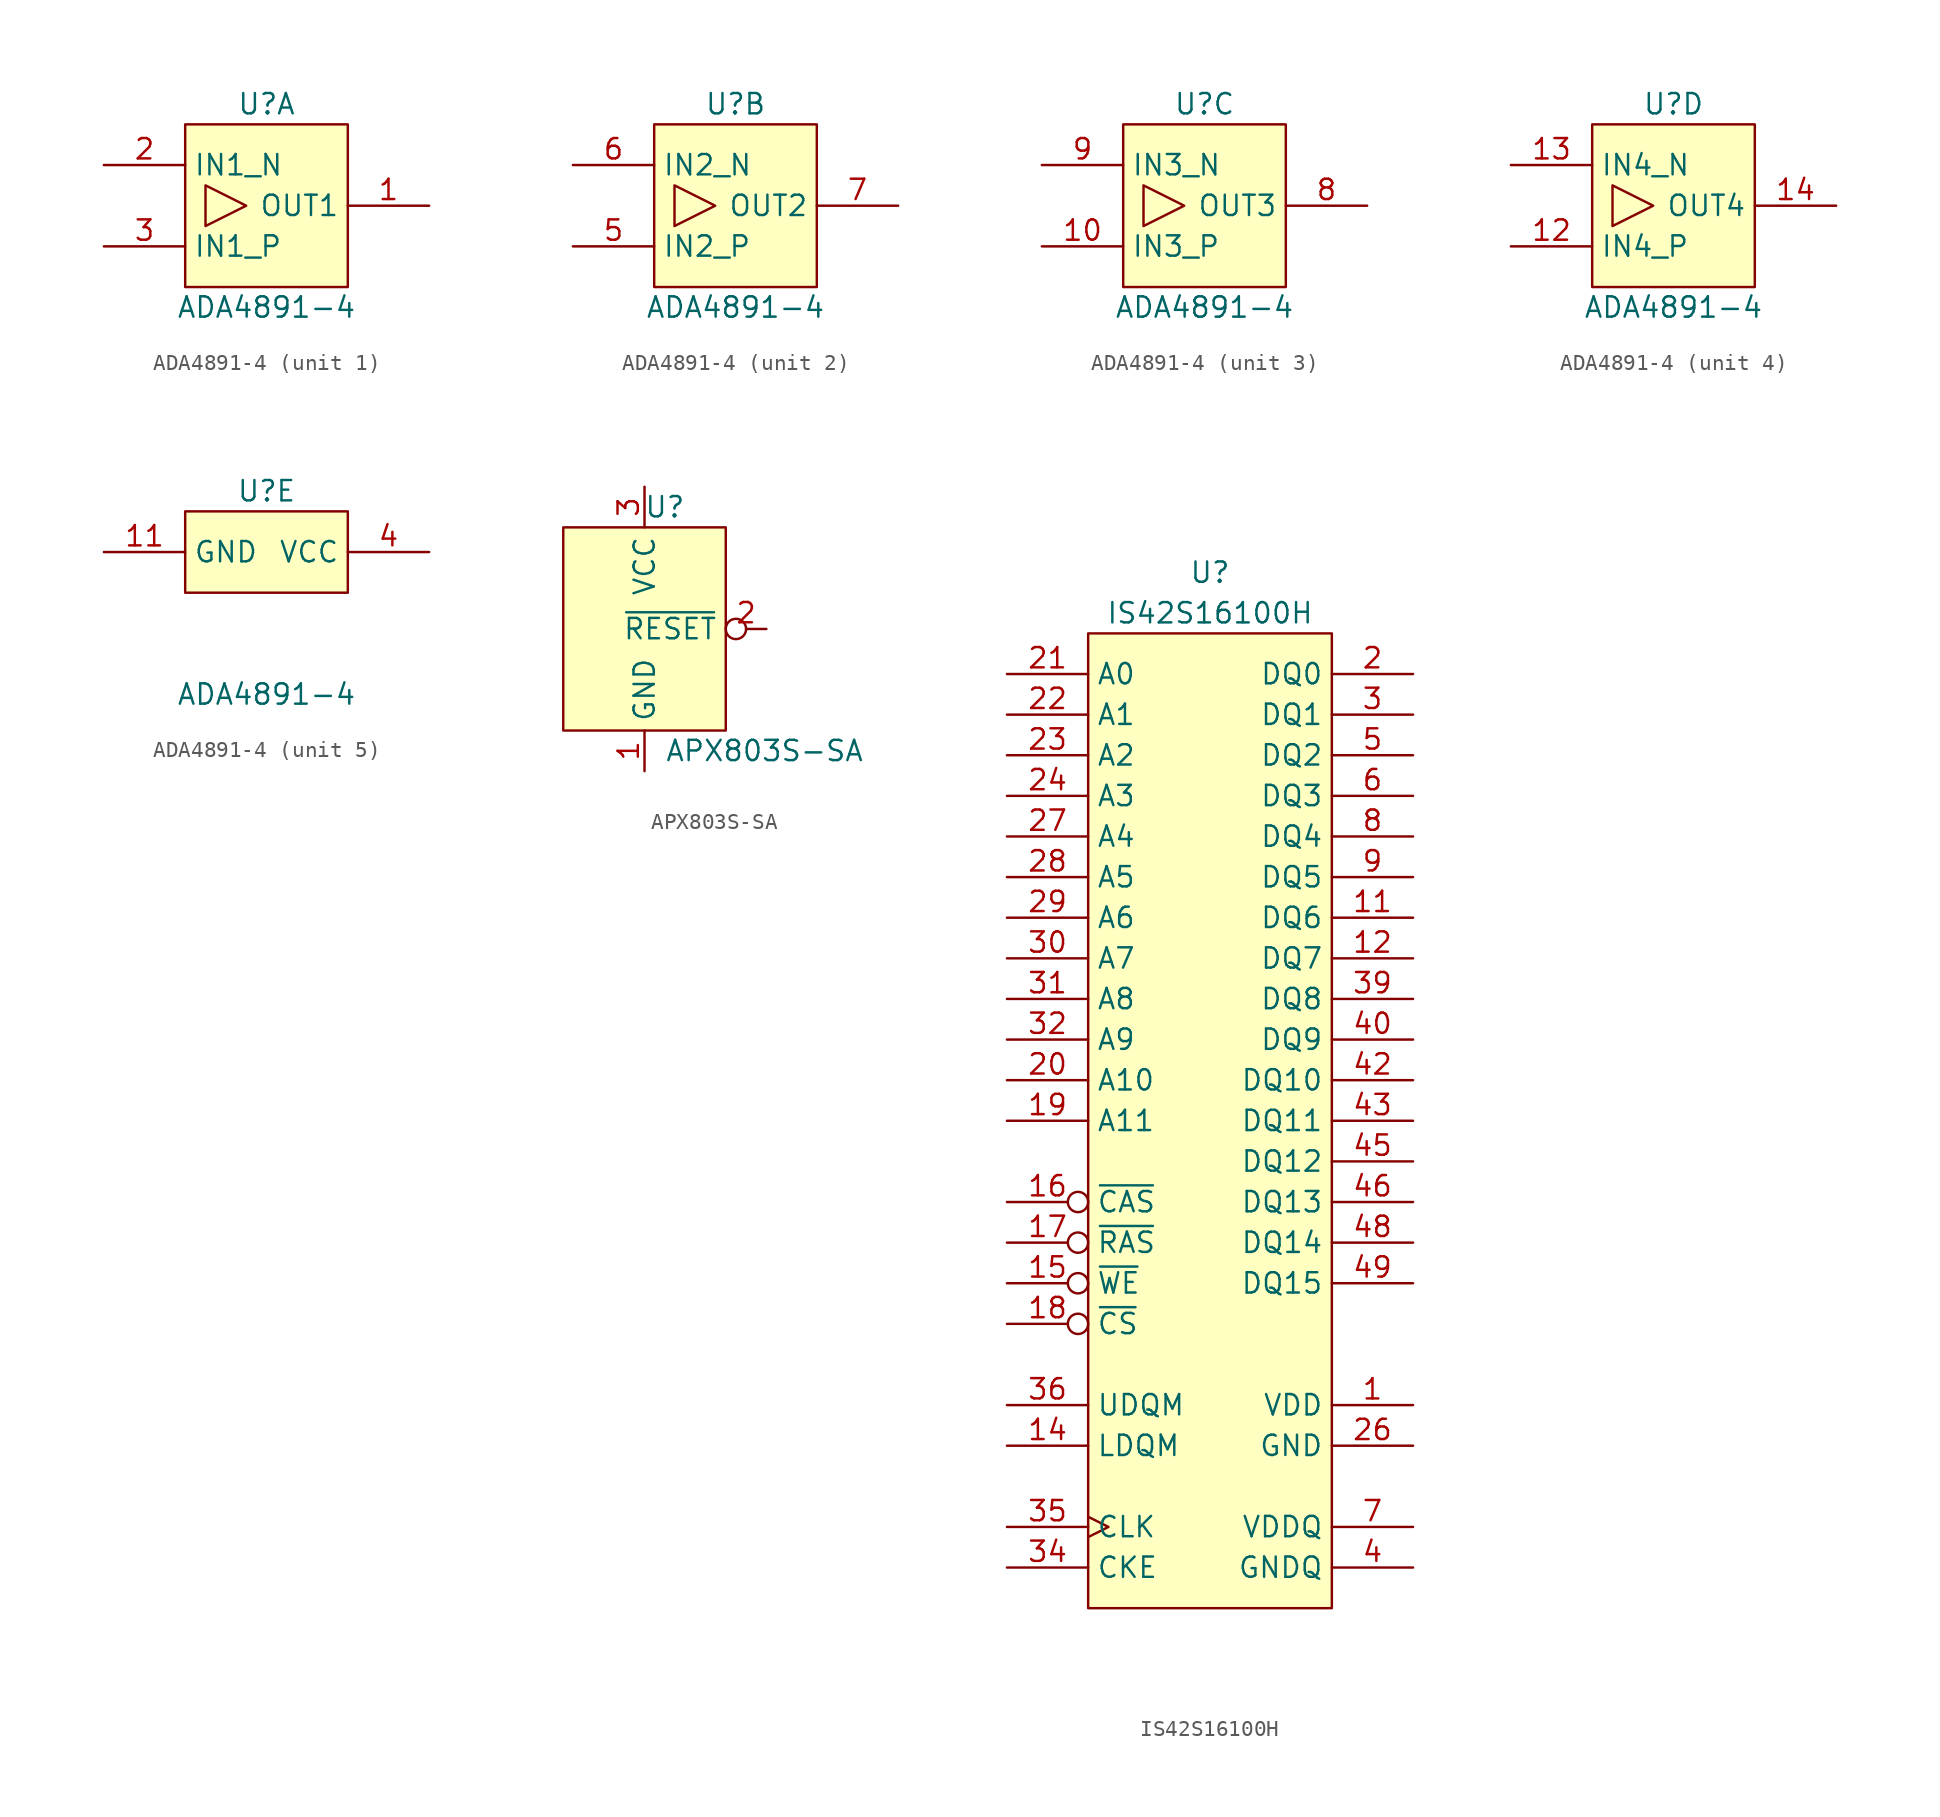
<source format=kicad_sym>
(kicad_symbol_lib
  (version 20220914)
  (generator kicad_symbol_editor)
  (symbol "ADA4891-4"
    (property "Reference" "U"
      (at 0 1.27 0)
      (effects (font (size 1.27 1.27))))
    (property "Value" "ADA4891-4"
      (at 0 -11.43 0)
      (effects (font (size 1.27 1.27))))
    (property "ki_locked" ""
      (at 0 0 0)
      (effects (font (size 1.27 1.27))))
    (symbol "ADA4891-4_1_1"
      (rectangle (start -5.08 0) (end 5.08 -10.16) (stroke (width 0) (type default)) (fill (type background)))
      (polyline (pts (xy -3.81 -3.81) (xy -3.81 -6.35) (xy -1.27 -5.08) (xy -3.81 -3.81)) (stroke (width 0) (type default)) (fill (type none)))
      (pin output line (at 10.16 -5.08 180) (length 5.08) (name "OUT1" (effects (font (size 1.27 1.27)))) (number "1" (effects (font (size 1.27 1.27)))))
      (pin input line (at -10.16 -2.54 0) (length 5.08) (name "IN1_N" (effects (font (size 1.27 1.27)))) (number "2" (effects (font (size 1.27 1.27)))))
      (pin input line (at -10.16 -7.62 0) (length 5.08) (name "IN1_P" (effects (font (size 1.27 1.27)))) (number "3" (effects (font (size 1.27 1.27))))))
    (symbol "ADA4891-4_2_1"
      (rectangle (start -5.08 0) (end 5.08 -10.16) (stroke (width 0) (type default)) (fill (type background)))
      (polyline (pts (xy -3.81 -3.81) (xy -3.81 -6.35) (xy -1.27 -5.08) (xy -3.81 -3.81)) (stroke (width 0) (type default)) (fill (type none)))
      (pin input line (at -10.16 -7.62 0) (length 5.08) (name "IN2_P" (effects (font (size 1.27 1.27)))) (number "5" (effects (font (size 1.27 1.27)))))
      (pin input line (at -10.16 -2.54 0) (length 5.08) (name "IN2_N" (effects (font (size 1.27 1.27)))) (number "6" (effects (font (size 1.27 1.27)))))
      (pin output line (at 10.16 -5.08 180) (length 5.08) (name "OUT2" (effects (font (size 1.27 1.27)))) (number "7" (effects (font (size 1.27 1.27))))))
    (symbol "ADA4891-4_3_1"
      (rectangle (start -5.08 0) (end 5.08 -10.16) (stroke (width 0) (type default)) (fill (type background)))
      (polyline (pts (xy -3.81 -3.81) (xy -3.81 -6.35) (xy -1.27 -5.08) (xy -3.81 -3.81)) (stroke (width 0) (type default)) (fill (type none)))
      (pin input line (at -10.16 -7.62 0) (length 5.08) (name "IN3_P" (effects (font (size 1.27 1.27)))) (number "10" (effects (font (size 1.27 1.27)))))
      (pin output line (at 10.16 -5.08 180) (length 5.08) (name "OUT3" (effects (font (size 1.27 1.27)))) (number "8" (effects (font (size 1.27 1.27)))))
      (pin input line (at -10.16 -2.54 0) (length 5.08) (name "IN3_N" (effects (font (size 1.27 1.27)))) (number "9" (effects (font (size 1.27 1.27))))))
    (symbol "ADA4891-4_4_1"
      (rectangle (start -5.08 0) (end 5.08 -10.16) (stroke (width 0) (type default)) (fill (type background)))
      (polyline (pts (xy -3.81 -3.81) (xy -3.81 -6.35) (xy -1.27 -5.08) (xy -3.81 -3.81)) (stroke (width 0) (type default)) (fill (type none)))
      (pin input line (at -10.16 -7.62 0) (length 5.08) (name "IN4_P" (effects (font (size 1.27 1.27)))) (number "12" (effects (font (size 1.27 1.27)))))
      (pin input line (at -10.16 -2.54 0) (length 5.08) (name "IN4_N" (effects (font (size 1.27 1.27)))) (number "13" (effects (font (size 1.27 1.27)))))
      (pin output line (at 10.16 -5.08 180) (length 5.08) (name "OUT4" (effects (font (size 1.27 1.27)))) (number "14" (effects (font (size 1.27 1.27))))))
    (symbol "ADA4891-4_5_1"
      (rectangle (start -5.08 0) (end 5.08 -5.08) (stroke (width 0) (type default)) (fill (type background)))
      (pin power_in line (at -10.16 -2.54 0) (length 5.08) (name "GND" (effects (font (size 1.27 1.27)))) (number "11" (effects (font (size 1.27 1.27)))))
      (pin power_in line (at 10.16 -2.54 180) (length 5.08) (name "VCC" (effects (font (size 1.27 1.27)))) (number "4" (effects (font (size 1.27 1.27)))))))
  (symbol "APX803S-SA"
    (property "Reference" "U"
      (at 1.27 7.62 0)
      (do_not_autoplace)
      (effects (font (size 1.27 1.27))))
    (property "Value" "APX803S-SA"
      (at 1.27 -7.62 0)
      (do_not_autoplace)
      (effects (font (size 1.27 1.27)) (justify left)))
    (symbol "APX803S-SA_1_1"
      (rectangle (start -5.08 6.35) (end 5.08 -6.35) (stroke (width 0) (type default)) (fill (type background)))
      (pin power_in line (at 0 -8.89 90) (length 2.54) (name "GND" (effects (font (size 1.27 1.27)))) (number "1" (effects (font (size 1.27 1.27)))))
      (pin open_collector inverted (at 7.62 0 180) (length 2.54) (name "~{RESET}" (effects (font (size 1.27 1.27)))) (number "2" (effects (font (size 1.27 1.27)))))
      (pin power_in line (at 0 8.89 270) (length 2.54) (name "VCC" (effects (font (size 1.27 1.27)))) (number "3" (effects (font (size 1.27 1.27)))))))
  (symbol "IS42S16100H"
    (property "Reference" "U"
      (at 0 3.81 0)
      (effects (font (size 1.27 1.27))))
    (property "Value" "IS42S16100H"
      (at 0 1.27 0)
      (effects (font (size 1.27 1.27))))
    (symbol "IS42S16100H_0_0"
      (pin power_in line (at 12.7 -48.26 180) (length 5.08) (name "VDD" (effects (font (size 1.27 1.27)))) (number "1" (effects (font (size 1.27 1.27)))))
      (pin bidirectional line (at 12.7 -17.78 180) (length 5.08) (name "DQ6" (effects (font (size 1.27 1.27)))) (number "11" (effects (font (size 1.27 1.27)))))
      (pin bidirectional line (at 12.7 -20.32 180) (length 5.08) (name "DQ7" (effects (font (size 1.27 1.27)))) (number "12" (effects (font (size 1.27 1.27)))))
      (pin input line (at -12.7 -50.8 0) (length 5.08) (name "LDQM" (effects (font (size 1.27 1.27)))) (number "14" (effects (font (size 1.27 1.27)))))
      (pin input inverted (at -12.7 -40.64 0) (length 5.08) (name "~{WE}" (effects (font (size 1.27 1.27)))) (number "15" (effects (font (size 1.27 1.27)))))
      (pin input inverted (at -12.7 -35.56 0) (length 5.08) (name "~{CAS}" (effects (font (size 1.27 1.27)))) (number "16" (effects (font (size 1.27 1.27)))))
      (pin input inverted (at -12.7 -38.1 0) (length 5.08) (name "~{RAS}" (effects (font (size 1.27 1.27)))) (number "17" (effects (font (size 1.27 1.27)))))
      (pin input inverted (at -12.7 -43.18 0) (length 5.08) (name "~{CS}" (effects (font (size 1.27 1.27)))) (number "18" (effects (font (size 1.27 1.27)))))
      (pin input line (at -12.7 -30.48 0) (length 5.08) (name "A11" (effects (font (size 1.27 1.27)))) (number "19" (effects (font (size 1.27 1.27)))))
      (pin bidirectional line (at 12.7 -2.54 180) (length 5.08) (name "DQ0" (effects (font (size 1.27 1.27)))) (number "2" (effects (font (size 1.27 1.27)))))
      (pin input line (at -12.7 -27.94 0) (length 5.08) (name "A10" (effects (font (size 1.27 1.27)))) (number "20" (effects (font (size 1.27 1.27)))))
      (pin input line (at -12.7 -2.54 0) (length 5.08) (name "A0" (effects (font (size 1.27 1.27)))) (number "21" (effects (font (size 1.27 1.27)))))
      (pin input line (at -12.7 -5.08 0) (length 5.08) (name "A1" (effects (font (size 1.27 1.27)))) (number "22" (effects (font (size 1.27 1.27)))))
      (pin input line (at -12.7 -7.62 0) (length 5.08) (name "A2" (effects (font (size 1.27 1.27)))) (number "23" (effects (font (size 1.27 1.27)))))
      (pin input line (at -12.7 -10.16 0) (length 5.08) (name "A3" (effects (font (size 1.27 1.27)))) (number "24" (effects (font (size 1.27 1.27)))))
      (pin power_in line (at 12.7 -50.8 180) (length 5.08) (name "GND" (effects (font (size 1.27 1.27)))) (number "26" (effects (font (size 1.27 1.27)))))
      (pin input line (at -12.7 -12.7 0) (length 5.08) (name "A4" (effects (font (size 1.27 1.27)))) (number "27" (effects (font (size 1.27 1.27)))))
      (pin input line (at -12.7 -15.24 0) (length 5.08) (name "A5" (effects (font (size 1.27 1.27)))) (number "28" (effects (font (size 1.27 1.27)))))
      (pin input line (at -12.7 -17.78 0) (length 5.08) (name "A6" (effects (font (size 1.27 1.27)))) (number "29" (effects (font (size 1.27 1.27)))))
      (pin bidirectional line (at 12.7 -5.08 180) (length 5.08) (name "DQ1" (effects (font (size 1.27 1.27)))) (number "3" (effects (font (size 1.27 1.27)))))
      (pin input line (at -12.7 -20.32 0) (length 5.08) (name "A7" (effects (font (size 1.27 1.27)))) (number "30" (effects (font (size 1.27 1.27)))))
      (pin input line (at -12.7 -22.86 0) (length 5.08) (name "A8" (effects (font (size 1.27 1.27)))) (number "31" (effects (font (size 1.27 1.27)))))
      (pin input line (at -12.7 -25.4 0) (length 5.08) (name "A9" (effects (font (size 1.27 1.27)))) (number "32" (effects (font (size 1.27 1.27)))))
      (pin input line (at -12.7 -58.42 0) (length 5.08) (name "CKE" (effects (font (size 1.27 1.27)))) (number "34" (effects (font (size 1.27 1.27)))))
      (pin input clock (at -12.7 -55.88 0) (length 5.08) (name "CLK" (effects (font (size 1.27 1.27)))) (number "35" (effects (font (size 1.27 1.27)))))
      (pin input line (at -12.7 -48.26 0) (length 5.08) (name "UDQM" (effects (font (size 1.27 1.27)))) (number "36" (effects (font (size 1.27 1.27)))))
      (pin bidirectional line (at 12.7 -22.86 180) (length 5.08) (name "DQ8" (effects (font (size 1.27 1.27)))) (number "39" (effects (font (size 1.27 1.27)))))
      (pin power_in line (at 12.7 -58.42 180) (length 5.08) (name "GNDQ" (effects (font (size 1.27 1.27)))) (number "4" (effects (font (size 1.27 1.27)))))
      (pin bidirectional line (at 12.7 -25.4 180) (length 5.08) (name "DQ9" (effects (font (size 1.27 1.27)))) (number "40" (effects (font (size 1.27 1.27)))))
      (pin bidirectional line (at 12.7 -27.94 180) (length 5.08) (name "DQ10" (effects (font (size 1.27 1.27)))) (number "42" (effects (font (size 1.27 1.27)))))
      (pin bidirectional line (at 12.7 -30.48 180) (length 5.08) (name "DQ11" (effects (font (size 1.27 1.27)))) (number "43" (effects (font (size 1.27 1.27)))))
      (pin bidirectional line (at 12.7 -33.02 180) (length 5.08) (name "DQ12" (effects (font (size 1.27 1.27)))) (number "45" (effects (font (size 1.27 1.27)))))
      (pin bidirectional line (at 12.7 -35.56 180) (length 5.08) (name "DQ13" (effects (font (size 1.27 1.27)))) (number "46" (effects (font (size 1.27 1.27)))))
      (pin bidirectional line (at 12.7 -38.1 180) (length 5.08) (name "DQ14" (effects (font (size 1.27 1.27)))) (number "48" (effects (font (size 1.27 1.27)))))
      (pin bidirectional line (at 12.7 -40.64 180) (length 5.08) (name "DQ15" (effects (font (size 1.27 1.27)))) (number "49" (effects (font (size 1.27 1.27)))))
      (pin bidirectional line (at 12.7 -7.62 180) (length 5.08) (name "DQ2" (effects (font (size 1.27 1.27)))) (number "5" (effects (font (size 1.27 1.27)))))
      (pin bidirectional line (at 12.7 -10.16 180) (length 5.08) (name "DQ3" (effects (font (size 1.27 1.27)))) (number "6" (effects (font (size 1.27 1.27)))))
      (pin power_in line (at 12.7 -55.88 180) (length 5.08) (name "VDDQ" (effects (font (size 1.27 1.27)))) (number "7" (effects (font (size 1.27 1.27)))))
      (pin bidirectional line (at 12.7 -12.7 180) (length 5.08) (name "DQ4" (effects (font (size 1.27 1.27)))) (number "8" (effects (font (size 1.27 1.27)))))
      (pin bidirectional line (at 12.7 -15.24 180) (length 5.08) (name "DQ5" (effects (font (size 1.27 1.27)))) (number "9" (effects (font (size 1.27 1.27))))))
    (symbol "IS42S16100H_1_0"
      (pin power_in line (at 12.7 -58.42 180) (length 5.08) hide (name "GNDQ" (effects (font (size 1.27 1.27)))) (number "10" (effects (font (size 1.27 1.27)))))
      (pin power_in line (at 12.7 -55.88 180) (length 5.08) hide (name "VDDQ" (effects (font (size 1.27 1.27)))) (number "13" (effects (font (size 1.27 1.27)))))
      (pin power_in line (at 12.7 -48.26 180) (length 5.08) hide (name "VDD" (effects (font (size 1.27 1.27)))) (number "25" (effects (font (size 1.27 1.27)))))
      (pin no_connect line (at 12.7 -43.18 180) (length 5.08) hide (name "NC" (effects (font (size 1.27 1.27)))) (number "33" (effects (font (size 1.27 1.27)))))
      (pin no_connect line (at 12.7 -45.72 180) (length 5.08) hide (name "NC" (effects (font (size 1.27 1.27)))) (number "37" (effects (font (size 1.27 1.27)))))
      (pin power_in line (at 12.7 -55.88 180) (length 5.08) hide (name "VDDQ" (effects (font (size 1.27 1.27)))) (number "38" (effects (font (size 1.27 1.27)))))
      (pin power_in line (at 12.7 -58.42 180) (length 5.08) hide (name "GNDQ" (effects (font (size 1.27 1.27)))) (number "41" (effects (font (size 1.27 1.27)))))
      (pin power_in line (at 12.7 -55.88 180) (length 5.08) hide (name "VDDQ" (effects (font (size 1.27 1.27)))) (number "44" (effects (font (size 1.27 1.27)))))
      (pin power_in line (at 12.7 -58.42 180) (length 5.08) hide (name "GNDQ" (effects (font (size 1.27 1.27)))) (number "47" (effects (font (size 1.27 1.27)))))
      (pin power_in line (at 12.7 -50.8 180) (length 5.08) hide (name "GND" (effects (font (size 1.27 1.27)))) (number "50" (effects (font (size 1.27 1.27))))))
    (symbol "IS42S16100H_1_1"
      (rectangle (start -7.62 0) (end 7.62 -60.96) (stroke (width 0) (type default)) (fill (type background))))))
</source>
